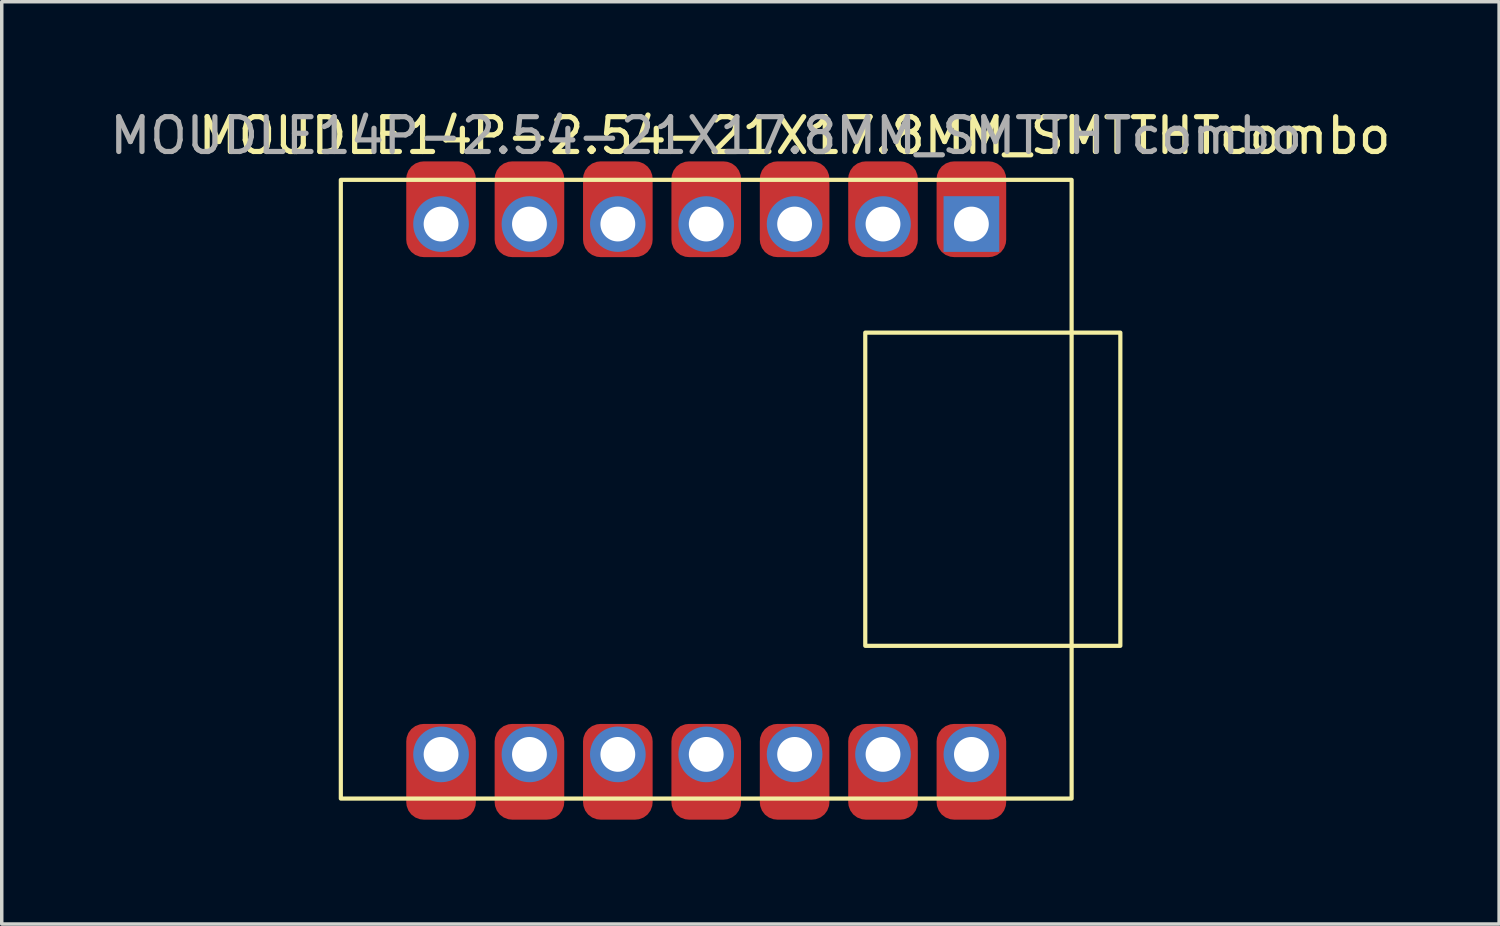
<source format=kicad_pcb>
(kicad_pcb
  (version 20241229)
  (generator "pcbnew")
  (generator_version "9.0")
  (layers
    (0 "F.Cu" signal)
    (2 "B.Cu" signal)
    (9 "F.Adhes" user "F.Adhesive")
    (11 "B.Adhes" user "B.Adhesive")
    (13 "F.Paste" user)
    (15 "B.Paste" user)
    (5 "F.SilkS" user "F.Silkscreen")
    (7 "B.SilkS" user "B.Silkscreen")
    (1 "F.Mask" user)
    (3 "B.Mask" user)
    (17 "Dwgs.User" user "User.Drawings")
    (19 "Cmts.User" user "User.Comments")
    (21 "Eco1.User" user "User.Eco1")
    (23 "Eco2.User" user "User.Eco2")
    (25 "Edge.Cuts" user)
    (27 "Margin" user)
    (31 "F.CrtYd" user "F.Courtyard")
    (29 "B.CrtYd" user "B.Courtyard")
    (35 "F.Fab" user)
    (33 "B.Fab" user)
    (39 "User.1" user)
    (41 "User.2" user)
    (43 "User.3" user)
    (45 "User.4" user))
  (footprint "MOUDLE14P-2.54-21X17.8MM_SMTTHTcombo"
    (layer "F.Cu")
    (at 17.244 11.008)
    (property "Reference" "MOUDLE14P-2.54-21X17.8MM_SMTTHTcombo" (at 2.54 -10.16 0) (unlocked yes) (layer "F.SilkS") (effects (font (size 1 1) (thickness 0.15))))
    (attr through_hole)
    (fp_rect (start -10.5 -8.89) (end 10.5 8.89) (stroke (width 0.12) (type solid)) (fill no) (layer "F.SilkS"))
    (fp_rect (start 4.57 -4.5) (end 11.9 4.5) (stroke (width 0.12) (type solid)) (fill no) (layer "F.SilkS"))
    (fp_text user "${REFERENCE}" (at 0 -10.16 0) (unlocked yes) (layer "F.Fab") (effects (font (size 1 1) (thickness 0.15))))
    (pad "1" smd roundrect (at 7.62 -8.045 270) (size 2.75 2) (layers "F.Cu" "F.Mask" "F.Paste") (roundrect_rratio 0.25))
    (pad "1" thru_hole rect (at 7.62 -7.62) (size 1.6 1.6) (drill 1) (layers "*.Cu" "*.Mask"))
    (pad "2" smd roundrect (at 5.08 -8.045 270) (size 2.75 2) (layers "F.Cu" "F.Mask" "F.Paste") (roundrect_rratio 0.25))
    (pad "2" thru_hole circle (at 5.08 -7.62) (size 1.6 1.6) (drill 1) (layers "*.Cu" "*.Mask"))
    (pad "3" smd roundrect (at 2.54 -8.045 270) (size 2.75 2) (layers "F.Cu" "F.Mask" "F.Paste") (roundrect_rratio 0.25))
    (pad "3" thru_hole circle (at 2.54 -7.62) (size 1.6 1.6) (drill 1) (layers "*.Cu" "*.Mask"))
    (pad "4" smd roundrect (at 0 -8.045 270) (size 2.75 2) (layers "F.Cu" "F.Mask" "F.Paste") (roundrect_rratio 0.25))
    (pad "4" thru_hole circle (at 0 -7.62) (size 1.6 1.6) (drill 1) (layers "*.Cu" "*.Mask"))
    (pad "5" smd roundrect (at -2.54 -8.045 270) (size 2.75 2) (layers "F.Cu" "F.Mask" "F.Paste") (roundrect_rratio 0.25))
    (pad "5" thru_hole circle (at -2.54 -7.62) (size 1.6 1.6) (drill 1) (layers "*.Cu" "*.Mask"))
    (pad "6" smd roundrect (at -5.08 -8.045 270) (size 2.75 2) (layers "F.Cu" "F.Mask" "F.Paste") (roundrect_rratio 0.25))
    (pad "6" thru_hole circle (at -5.08 -7.62) (size 1.6 1.6) (drill 1) (layers "*.Cu" "*.Mask"))
    (pad "7" smd roundrect (at -7.62 -8.045 270) (size 2.75 2) (layers "F.Cu" "F.Mask" "F.Paste") (roundrect_rratio 0.25))
    (pad "7" thru_hole circle (at -7.62 -7.62) (size 1.6 1.6) (drill 1) (layers "*.Cu" "*.Mask"))
    (pad "8" thru_hole circle (at -7.62 7.62) (size 1.6 1.6) (drill 1) (layers "*.Cu" "*.Mask"))
    (pad "8" smd roundrect (at -7.62 8.12 270) (size 2.75 2) (layers "F.Cu" "F.Mask" "F.Paste") (roundrect_rratio 0.25))
    (pad "9" thru_hole circle (at -5.08 7.62) (size 1.6 1.6) (drill 1) (layers "*.Cu" "*.Mask"))
    (pad "9" smd roundrect (at -5.08 8.12 270) (size 2.75 2) (layers "F.Cu" "F.Mask" "F.Paste") (roundrect_rratio 0.25))
    (pad "10" thru_hole circle (at -2.54 7.62) (size 1.6 1.6) (drill 1) (layers "*.Cu" "*.Mask"))
    (pad "10" smd roundrect (at -2.54 8.12 270) (size 2.75 2) (layers "F.Cu" "F.Mask" "F.Paste") (roundrect_rratio 0.25))
    (pad "11" thru_hole circle (at 0 7.62) (size 1.6 1.6) (drill 1) (layers "*.Cu" "*.Mask"))
    (pad "11" smd roundrect (at 0 8.12 270) (size 2.75 2) (layers "F.Cu" "F.Mask" "F.Paste") (roundrect_rratio 0.25))
    (pad "12" thru_hole circle (at 2.54 7.62) (size 1.6 1.6) (drill 1) (layers "*.Cu" "*.Mask"))
    (pad "12" smd roundrect (at 2.54 8.12 270) (size 2.75 2) (layers "F.Cu" "F.Mask" "F.Paste") (roundrect_rratio 0.25))
    (pad "13" thru_hole circle (at 5.08 7.62) (size 1.6 1.6) (drill 1) (layers "*.Cu" "*.Mask"))
    (pad "13" smd roundrect (at 5.08 8.12 270) (size 2.75 2) (layers "F.Cu" "F.Mask" "F.Paste") (roundrect_rratio 0.25))
    (pad "14" thru_hole circle (at 7.62 7.62) (size 1.6 1.6) (drill 1) (layers "*.Cu" "*.Mask"))
    (pad "14" smd roundrect (at 7.62 8.12 270) (size 2.75 2) (layers "F.Cu" "F.Mask" "F.Paste") (roundrect_rratio 0.25)))
  (gr_rect
    (start -3 -3)
    (end 40.028 23.503)
    (stroke (width 0.1) (type default))
    (fill no)
    (layer "Edge.Cuts")))
</source>
